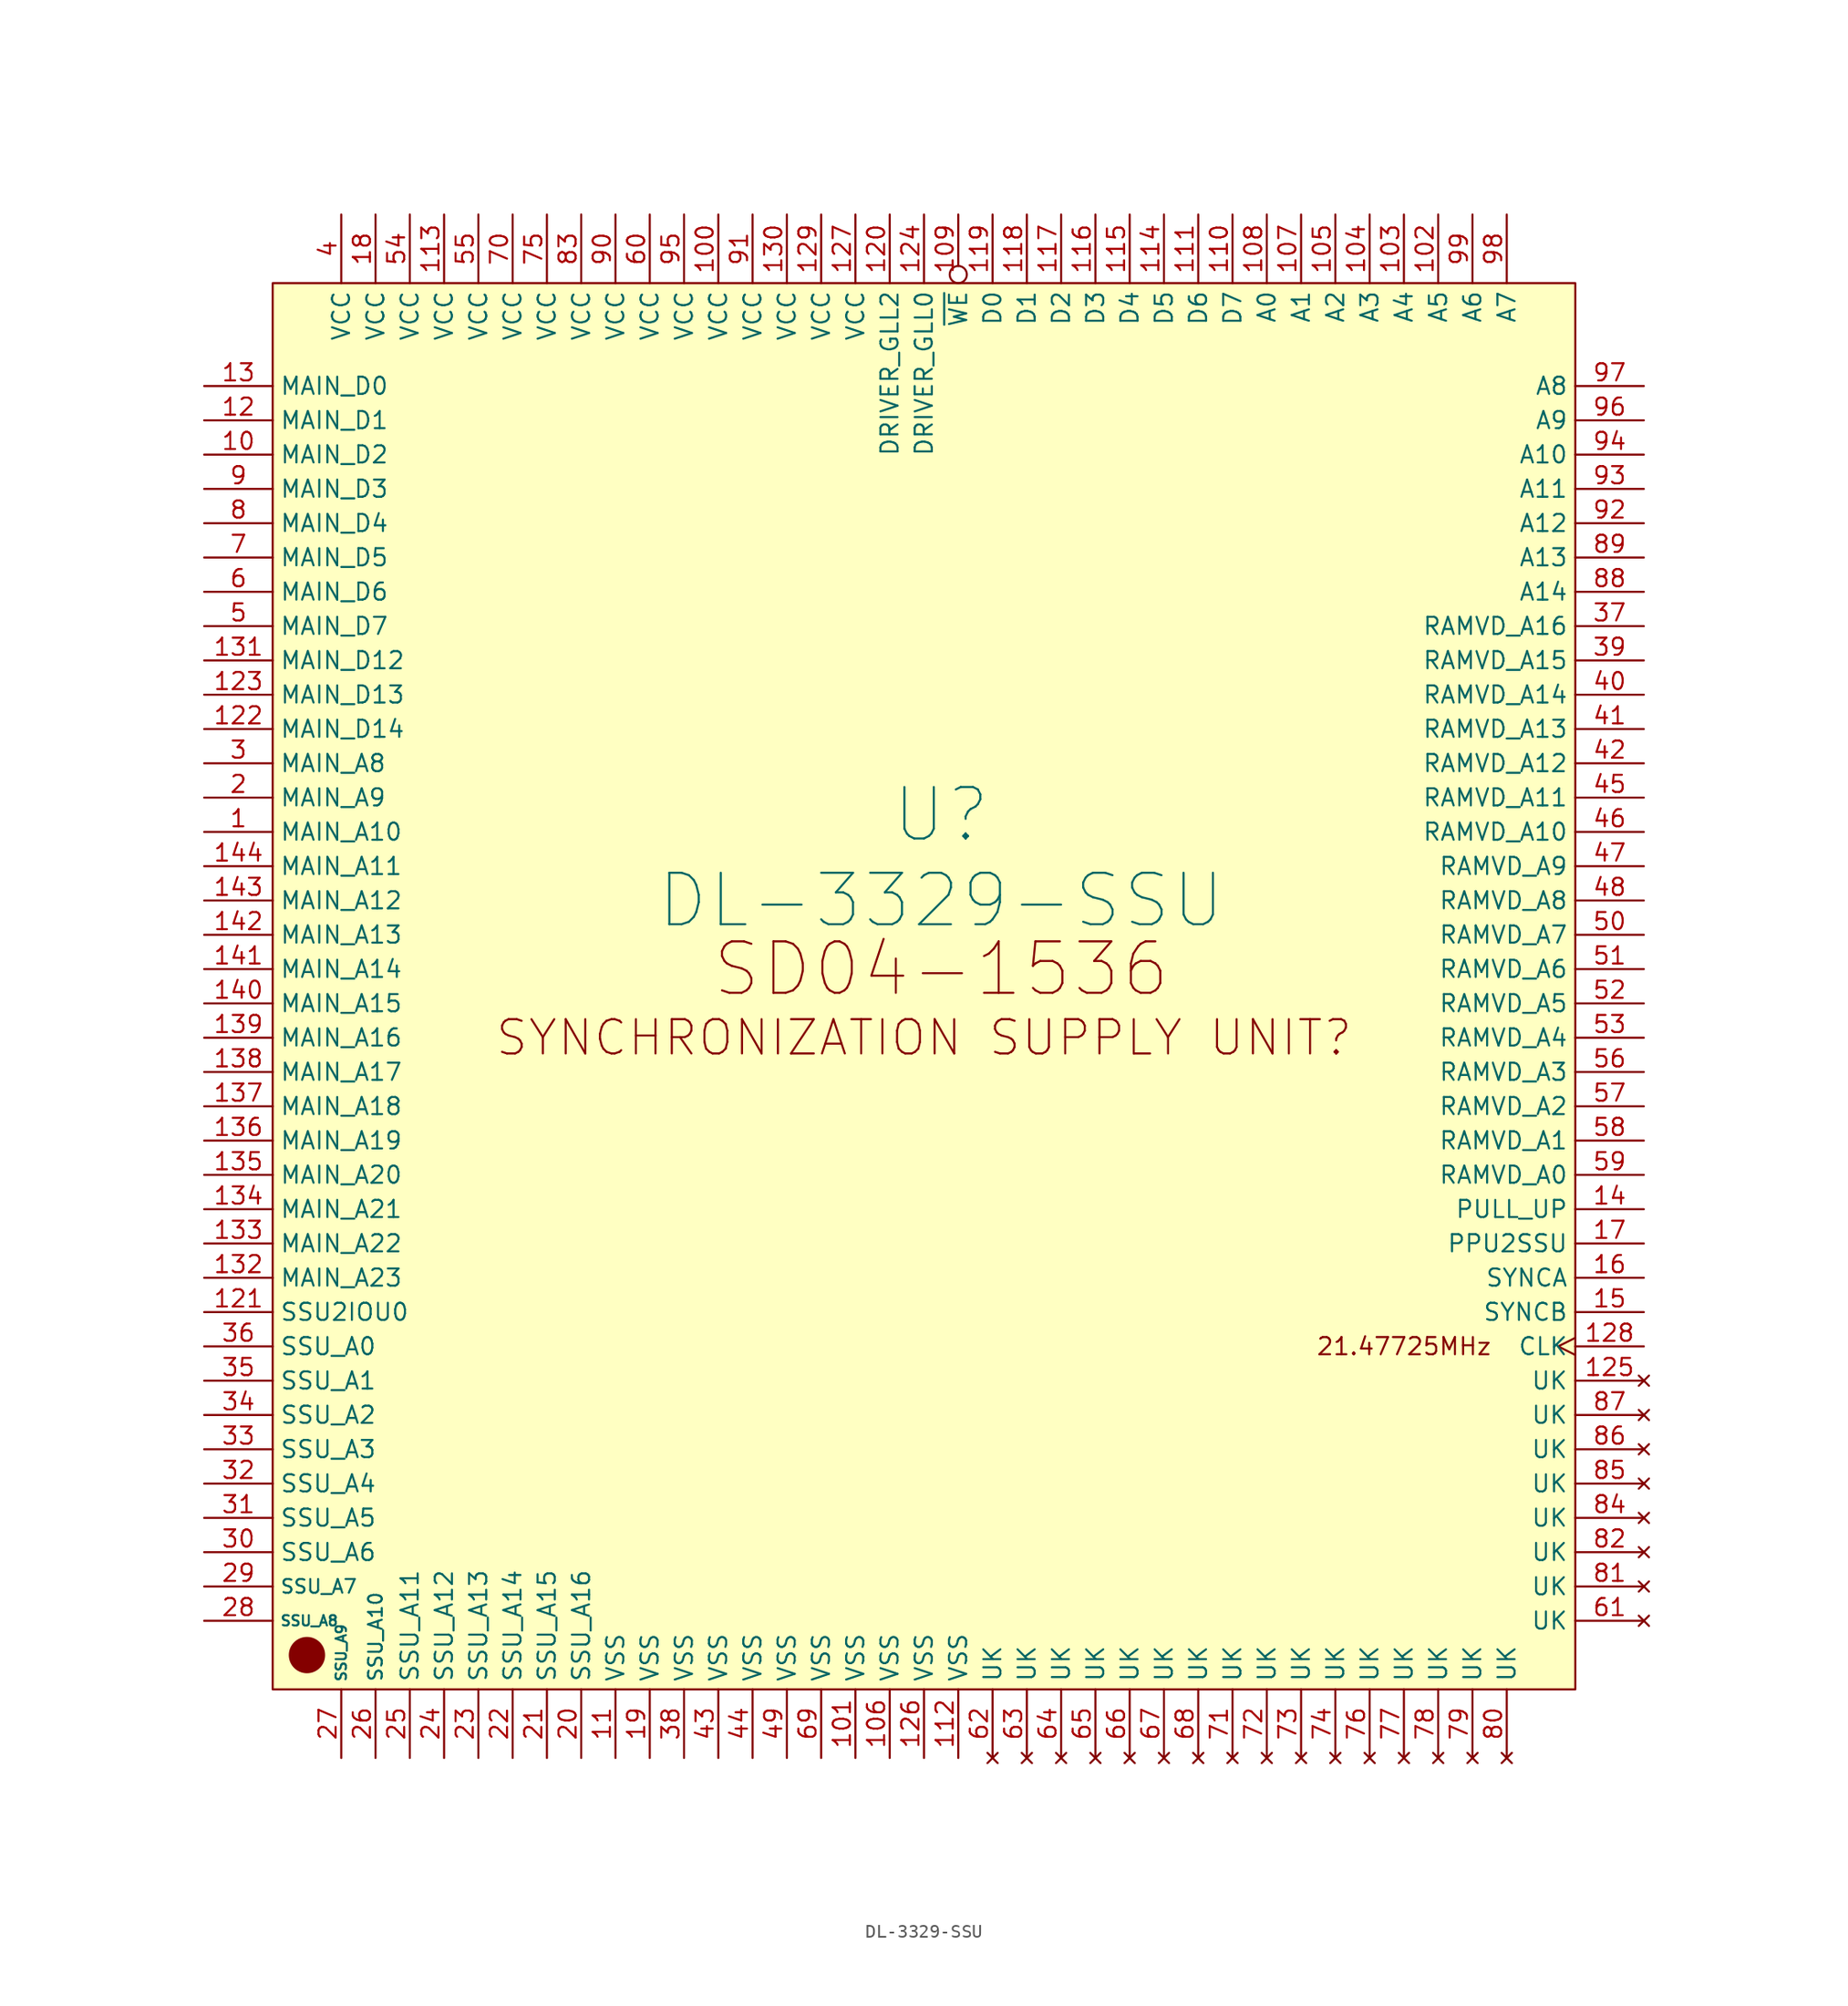
<source format=kicad_sym>
(kicad_symbol_lib
  (version 20211014)
  (generator kicad_symbol_editor)
  (symbol "DL-3329-SSU"
    (property "Reference" "U"
      (at -3.81 15.24 0)
      (effects (font (size 3.81 3.81))))
    (property "Value" "DL-3329-SSU"
      (at -3.81 8.89 0)
      (effects (font (size 3.81 3.81))))
    (symbol "DL-3329-SSU_0_0"
      (text "21.47725MHz" (at 30.48 -24.13 0) (effects (font (size 1.27 1.27))))
      (text "SD04-1536" (at -3.81 3.81 0) (effects (font (size 3.81 3.81))))
      (text "SYNCHRONIZATION SUPPLY UNIT?" (at -5.08 -1.27 0) (effects (font (size 2.54 2.54)))))
    (symbol "DL-3329-SSU_0_1"
      (rectangle (start -53.34 54.61) (end 43.18 -49.53) (stroke (width 0) (type default) (color 0 0 0 0)) (fill (type background)))
      (circle (center -50.8 -46.99) (radius 1.27) (stroke (width 0.152) (type default) (color 0 0 0 0)) (fill (type outline))))
    (symbol "DL-3329-SSU_1_1"
      (pin bidirectional line (at -58.42 13.97 0) (length 5.08) (name "MAIN_A10" (effects (font (size 1.27 1.27)))) (number "1" (effects (font (size 1.27 1.27)))))
      (pin bidirectional line (at -58.42 41.91 0) (length 5.08) (name "MAIN_D2" (effects (font (size 1.27 1.27)))) (number "10" (effects (font (size 1.27 1.27)))))
      (pin power_in line (at -20.32 59.69 270) (length 5.08) (name "VCC" (effects (font (size 1.27 1.27)))) (number "100" (effects (font (size 1.27 1.27)))))
      (pin power_in line (at -10.16 -54.61 90) (length 5.08) (name "VSS" (effects (font (size 1.27 1.27)))) (number "101" (effects (font (size 1.27 1.27)))))
      (pin output line (at 33.02 59.69 270) (length 5.08) (name "A5" (effects (font (size 1.27 1.27)))) (number "102" (effects (font (size 1.27 1.27)))))
      (pin output line (at 30.48 59.69 270) (length 5.08) (name "A4" (effects (font (size 1.27 1.27)))) (number "103" (effects (font (size 1.27 1.27)))))
      (pin output line (at 27.94 59.69 270) (length 5.08) (name "A3" (effects (font (size 1.27 1.27)))) (number "104" (effects (font (size 1.27 1.27)))))
      (pin output line (at 25.4 59.69 270) (length 5.08) (name "A2" (effects (font (size 1.27 1.27)))) (number "105" (effects (font (size 1.27 1.27)))))
      (pin power_in line (at -7.62 -54.61 90) (length 5.08) (name "VSS" (effects (font (size 1.27 1.27)))) (number "106" (effects (font (size 1.27 1.27)))))
      (pin output line (at 22.86 59.69 270) (length 5.08) (name "A1" (effects (font (size 1.27 1.27)))) (number "107" (effects (font (size 1.27 1.27)))))
      (pin output line (at 20.32 59.69 270) (length 5.08) (name "A0" (effects (font (size 1.27 1.27)))) (number "108" (effects (font (size 1.27 1.27)))))
      (pin output inverted (at -2.54 59.69 270) (length 5.08) (name "~{WE}" (effects (font (size 1.27 1.27)))) (number "109" (effects (font (size 1.27 1.27)))))
      (pin power_in line (at -27.94 -54.61 90) (length 5.08) (name "VSS" (effects (font (size 1.27 1.27)))) (number "11" (effects (font (size 1.27 1.27)))))
      (pin input line (at 17.78 59.69 270) (length 5.08) (name "D7" (effects (font (size 1.27 1.27)))) (number "110" (effects (font (size 1.27 1.27)))))
      (pin input line (at 15.24 59.69 270) (length 5.08) (name "D6" (effects (font (size 1.27 1.27)))) (number "111" (effects (font (size 1.27 1.27)))))
      (pin power_in line (at -2.54 -54.61 90) (length 5.08) (name "VSS" (effects (font (size 1.27 1.27)))) (number "112" (effects (font (size 1.27 1.27)))))
      (pin power_in line (at -40.64 59.69 270) (length 5.08) (name "VCC" (effects (font (size 1.27 1.27)))) (number "113" (effects (font (size 1.27 1.27)))))
      (pin input line (at 12.7 59.69 270) (length 5.08) (name "D5" (effects (font (size 1.27 1.27)))) (number "114" (effects (font (size 1.27 1.27)))))
      (pin input line (at 10.16 59.69 270) (length 5.08) (name "D4" (effects (font (size 1.27 1.27)))) (number "115" (effects (font (size 1.27 1.27)))))
      (pin input line (at 7.62 59.69 270) (length 5.08) (name "D3" (effects (font (size 1.27 1.27)))) (number "116" (effects (font (size 1.27 1.27)))))
      (pin input line (at 5.08 59.69 270) (length 5.08) (name "D2" (effects (font (size 1.27 1.27)))) (number "117" (effects (font (size 1.27 1.27)))))
      (pin input line (at 2.54 59.69 270) (length 5.08) (name "D1" (effects (font (size 1.27 1.27)))) (number "118" (effects (font (size 1.27 1.27)))))
      (pin input line (at 0 59.69 270) (length 5.08) (name "D0" (effects (font (size 1.27 1.27)))) (number "119" (effects (font (size 1.27 1.27)))))
      (pin bidirectional line (at -58.42 44.45 0) (length 5.08) (name "MAIN_D1" (effects (font (size 1.27 1.27)))) (number "12" (effects (font (size 1.27 1.27)))))
      (pin bidirectional line (at -7.62 59.69 270) (length 5.08) (name "DRIVER_GLL2" (effects (font (size 1.27 1.27)))) (number "120" (effects (font (size 1.27 1.27)))))
      (pin tri_state line (at -58.42 -21.59 0) (length 5.08) (name "SSU2IOU0" (effects (font (size 1.27 1.27)))) (number "121" (effects (font (size 1.27 1.27)))))
      (pin bidirectional line (at -58.42 21.59 0) (length 5.08) (name "MAIN_D14" (effects (font (size 1.27 1.27)))) (number "122" (effects (font (size 1.27 1.27)))))
      (pin bidirectional line (at -58.42 24.13 0) (length 5.08) (name "MAIN_D13" (effects (font (size 1.27 1.27)))) (number "123" (effects (font (size 1.27 1.27)))))
      (pin bidirectional line (at -5.08 59.69 270) (length 5.08) (name "DRIVER_GLL0" (effects (font (size 1.27 1.27)))) (number "124" (effects (font (size 1.27 1.27)))))
      (pin no_connect line (at 48.26 -26.67 180) (length 5.08) (name "UK" (effects (font (size 1.27 1.27)))) (number "125" (effects (font (size 1.27 1.27)))))
      (pin power_in line (at -5.08 -54.61 90) (length 5.08) (name "VSS" (effects (font (size 1.27 1.27)))) (number "126" (effects (font (size 1.27 1.27)))))
      (pin power_in line (at -10.16 59.69 270) (length 5.08) (name "VCC" (effects (font (size 1.27 1.27)))) (number "127" (effects (font (size 1.27 1.27)))))
      (pin input clock (at 48.26 -24.13 180) (length 5.08) (name "CLK" (effects (font (size 1.27 1.27)))) (number "128" (effects (font (size 1.27 1.27)))))
      (pin power_in line (at -12.7 59.69 270) (length 5.08) (name "VCC" (effects (font (size 1.27 1.27)))) (number "129" (effects (font (size 1.27 1.27)))))
      (pin bidirectional line (at -58.42 46.99 0) (length 5.08) (name "MAIN_D0" (effects (font (size 1.27 1.27)))) (number "13" (effects (font (size 1.27 1.27)))))
      (pin power_in line (at -15.24 59.69 270) (length 5.08) (name "VCC" (effects (font (size 1.27 1.27)))) (number "130" (effects (font (size 1.27 1.27)))))
      (pin bidirectional line (at -58.42 26.67 0) (length 5.08) (name "MAIN_D12" (effects (font (size 1.27 1.27)))) (number "131" (effects (font (size 1.27 1.27)))))
      (pin bidirectional line (at -58.42 -19.05 0) (length 5.08) (name "MAIN_A23" (effects (font (size 1.27 1.27)))) (number "132" (effects (font (size 1.27 1.27)))))
      (pin bidirectional line (at -58.42 -16.51 0) (length 5.08) (name "MAIN_A22" (effects (font (size 1.27 1.27)))) (number "133" (effects (font (size 1.27 1.27)))))
      (pin bidirectional line (at -58.42 -13.97 0) (length 5.08) (name "MAIN_A21" (effects (font (size 1.27 1.27)))) (number "134" (effects (font (size 1.27 1.27)))))
      (pin bidirectional line (at -58.42 -11.43 0) (length 5.08) (name "MAIN_A20" (effects (font (size 1.27 1.27)))) (number "135" (effects (font (size 1.27 1.27)))))
      (pin bidirectional line (at -58.42 -8.89 0) (length 5.08) (name "MAIN_A19" (effects (font (size 1.27 1.27)))) (number "136" (effects (font (size 1.27 1.27)))))
      (pin bidirectional line (at -58.42 -6.35 0) (length 5.08) (name "MAIN_A18" (effects (font (size 1.27 1.27)))) (number "137" (effects (font (size 1.27 1.27)))))
      (pin bidirectional line (at -58.42 -3.81 0) (length 5.08) (name "MAIN_A17" (effects (font (size 1.27 1.27)))) (number "138" (effects (font (size 1.27 1.27)))))
      (pin bidirectional line (at -58.42 -1.27 0) (length 5.08) (name "MAIN_A16" (effects (font (size 1.27 1.27)))) (number "139" (effects (font (size 1.27 1.27)))))
      (pin bidirectional line (at 48.26 -13.97 180) (length 5.08) (name "PULL_UP" (effects (font (size 1.27 1.27)))) (number "14" (effects (font (size 1.27 1.27)))))
      (pin bidirectional line (at -58.42 1.27 0) (length 5.08) (name "MAIN_A15" (effects (font (size 1.27 1.27)))) (number "140" (effects (font (size 1.27 1.27)))))
      (pin bidirectional line (at -58.42 3.81 0) (length 5.08) (name "MAIN_A14" (effects (font (size 1.27 1.27)))) (number "141" (effects (font (size 1.27 1.27)))))
      (pin bidirectional line (at -58.42 6.35 0) (length 5.08) (name "MAIN_A13" (effects (font (size 1.27 1.27)))) (number "142" (effects (font (size 1.27 1.27)))))
      (pin bidirectional line (at -58.42 8.89 0) (length 5.08) (name "MAIN_A12" (effects (font (size 1.27 1.27)))) (number "143" (effects (font (size 1.27 1.27)))))
      (pin bidirectional line (at -58.42 11.43 0) (length 5.08) (name "MAIN_A11" (effects (font (size 1.27 1.27)))) (number "144" (effects (font (size 1.27 1.27)))))
      (pin input line (at 48.26 -21.59 180) (length 5.08) (name "SYNCB" (effects (font (size 1.27 1.27)))) (number "15" (effects (font (size 1.27 1.27)))))
      (pin input line (at 48.26 -19.05 180) (length 5.08) (name "SYNCA" (effects (font (size 1.27 1.27)))) (number "16" (effects (font (size 1.27 1.27)))))
      (pin bidirectional line (at 48.26 -16.51 180) (length 5.08) (name "PPU2SSU" (effects (font (size 1.27 1.27)))) (number "17" (effects (font (size 1.27 1.27)))))
      (pin power_in line (at -45.72 59.69 270) (length 5.08) (name "VCC" (effects (font (size 1.27 1.27)))) (number "18" (effects (font (size 1.27 1.27)))))
      (pin power_in line (at -25.4 -54.61 90) (length 5.08) (name "VSS" (effects (font (size 1.27 1.27)))) (number "19" (effects (font (size 1.27 1.27)))))
      (pin bidirectional line (at -58.42 16.51 0) (length 5.08) (name "MAIN_A9" (effects (font (size 1.27 1.27)))) (number "2" (effects (font (size 1.27 1.27)))))
      (pin bidirectional line (at -30.48 -54.61 90) (length 5.08) (name "SSU_A16" (effects (font (size 1.27 1.27)))) (number "20" (effects (font (size 1.27 1.27)))))
      (pin bidirectional line (at -33.02 -54.61 90) (length 5.08) (name "SSU_A15" (effects (font (size 1.27 1.27)))) (number "21" (effects (font (size 1.27 1.27)))))
      (pin bidirectional line (at -35.56 -54.61 90) (length 5.08) (name "SSU_A14" (effects (font (size 1.27 1.27)))) (number "22" (effects (font (size 1.27 1.27)))))
      (pin bidirectional line (at -38.1 -54.61 90) (length 5.08) (name "SSU_A13" (effects (font (size 1.27 1.27)))) (number "23" (effects (font (size 1.27 1.27)))))
      (pin bidirectional line (at -40.64 -54.61 90) (length 5.08) (name "SSU_A12" (effects (font (size 1.27 1.27)))) (number "24" (effects (font (size 1.27 1.27)))))
      (pin bidirectional line (at -43.18 -54.61 90) (length 5.08) (name "SSU_A11" (effects (font (size 1.27 1.27)))) (number "25" (effects (font (size 1.27 1.27)))))
      (pin bidirectional line (at -45.72 -54.61 90) (length 5.08) (name "SSU_A10" (effects (font (size 1.016 1.016)))) (number "26" (effects (font (size 1.27 1.27)))))
      (pin bidirectional line (at -48.26 -54.61 90) (length 5.08) (name "SSU_A9" (effects (font (size 0.762 0.762)))) (number "27" (effects (font (size 1.27 1.27)))))
      (pin bidirectional line (at -58.42 -44.45 0) (length 5.08) (name "SSU_A8" (effects (font (size 0.762 0.762)))) (number "28" (effects (font (size 1.27 1.27)))))
      (pin bidirectional line (at -58.42 -41.91 0) (length 5.08) (name "SSU_A7" (effects (font (size 1.016 1.016)))) (number "29" (effects (font (size 1.27 1.27)))))
      (pin bidirectional line (at -58.42 19.05 0) (length 5.08) (name "MAIN_A8" (effects (font (size 1.27 1.27)))) (number "3" (effects (font (size 1.27 1.27)))))
      (pin bidirectional line (at -58.42 -39.37 0) (length 5.08) (name "SSU_A6" (effects (font (size 1.27 1.27)))) (number "30" (effects (font (size 1.27 1.27)))))
      (pin bidirectional line (at -58.42 -36.83 0) (length 5.08) (name "SSU_A5" (effects (font (size 1.27 1.27)))) (number "31" (effects (font (size 1.27 1.27)))))
      (pin bidirectional line (at -58.42 -34.29 0) (length 5.08) (name "SSU_A4" (effects (font (size 1.27 1.27)))) (number "32" (effects (font (size 1.27 1.27)))))
      (pin bidirectional line (at -58.42 -31.75 0) (length 5.08) (name "SSU_A3" (effects (font (size 1.27 1.27)))) (number "33" (effects (font (size 1.27 1.27)))))
      (pin bidirectional line (at -58.42 -29.21 0) (length 5.08) (name "SSU_A2" (effects (font (size 1.27 1.27)))) (number "34" (effects (font (size 1.27 1.27)))))
      (pin bidirectional line (at -58.42 -26.67 0) (length 5.08) (name "SSU_A1" (effects (font (size 1.27 1.27)))) (number "35" (effects (font (size 1.27 1.27)))))
      (pin bidirectional line (at -58.42 -24.13 0) (length 5.08) (name "SSU_A0" (effects (font (size 1.27 1.27)))) (number "36" (effects (font (size 1.27 1.27)))))
      (pin output line (at 48.26 29.21 180) (length 5.08) (name "RAMVD_A16" (effects (font (size 1.27 1.27)))) (number "37" (effects (font (size 1.27 1.27)))))
      (pin power_in line (at -22.86 -54.61 90) (length 5.08) (name "VSS" (effects (font (size 1.27 1.27)))) (number "38" (effects (font (size 1.27 1.27)))))
      (pin output line (at 48.26 26.67 180) (length 5.08) (name "RAMVD_A15" (effects (font (size 1.27 1.27)))) (number "39" (effects (font (size 1.27 1.27)))))
      (pin power_in line (at -48.26 59.69 270) (length 5.08) (name "VCC" (effects (font (size 1.27 1.27)))) (number "4" (effects (font (size 1.27 1.27)))))
      (pin output line (at 48.26 24.13 180) (length 5.08) (name "RAMVD_A14" (effects (font (size 1.27 1.27)))) (number "40" (effects (font (size 1.27 1.27)))))
      (pin output line (at 48.26 21.59 180) (length 5.08) (name "RAMVD_A13" (effects (font (size 1.27 1.27)))) (number "41" (effects (font (size 1.27 1.27)))))
      (pin output line (at 48.26 19.05 180) (length 5.08) (name "RAMVD_A12" (effects (font (size 1.27 1.27)))) (number "42" (effects (font (size 1.27 1.27)))))
      (pin power_in line (at -20.32 -54.61 90) (length 5.08) (name "VSS" (effects (font (size 1.27 1.27)))) (number "43" (effects (font (size 1.27 1.27)))))
      (pin power_in line (at -17.78 -54.61 90) (length 5.08) (name "VSS" (effects (font (size 1.27 1.27)))) (number "44" (effects (font (size 1.27 1.27)))))
      (pin output line (at 48.26 16.51 180) (length 5.08) (name "RAMVD_A11" (effects (font (size 1.27 1.27)))) (number "45" (effects (font (size 1.27 1.27)))))
      (pin output line (at 48.26 13.97 180) (length 5.08) (name "RAMVD_A10" (effects (font (size 1.27 1.27)))) (number "46" (effects (font (size 1.27 1.27)))))
      (pin output line (at 48.26 11.43 180) (length 5.08) (name "RAMVD_A9" (effects (font (size 1.27 1.27)))) (number "47" (effects (font (size 1.27 1.27)))))
      (pin output line (at 48.26 8.89 180) (length 5.08) (name "RAMVD_A8" (effects (font (size 1.27 1.27)))) (number "48" (effects (font (size 1.27 1.27)))))
      (pin power_in line (at -15.24 -54.61 90) (length 5.08) (name "VSS" (effects (font (size 1.27 1.27)))) (number "49" (effects (font (size 1.27 1.27)))))
      (pin bidirectional line (at -58.42 29.21 0) (length 5.08) (name "MAIN_D7" (effects (font (size 1.27 1.27)))) (number "5" (effects (font (size 1.27 1.27)))))
      (pin output line (at 48.26 6.35 180) (length 5.08) (name "RAMVD_A7" (effects (font (size 1.27 1.27)))) (number "50" (effects (font (size 1.27 1.27)))))
      (pin output line (at 48.26 3.81 180) (length 5.08) (name "RAMVD_A6" (effects (font (size 1.27 1.27)))) (number "51" (effects (font (size 1.27 1.27)))))
      (pin output line (at 48.26 1.27 180) (length 5.08) (name "RAMVD_A5" (effects (font (size 1.27 1.27)))) (number "52" (effects (font (size 1.27 1.27)))))
      (pin output line (at 48.26 -1.27 180) (length 5.08) (name "RAMVD_A4" (effects (font (size 1.27 1.27)))) (number "53" (effects (font (size 1.27 1.27)))))
      (pin power_in line (at -43.18 59.69 270) (length 5.08) (name "VCC" (effects (font (size 1.27 1.27)))) (number "54" (effects (font (size 1.27 1.27)))))
      (pin power_in line (at -38.1 59.69 270) (length 5.08) (name "VCC" (effects (font (size 1.27 1.27)))) (number "55" (effects (font (size 1.27 1.27)))))
      (pin output line (at 48.26 -3.81 180) (length 5.08) (name "RAMVD_A3" (effects (font (size 1.27 1.27)))) (number "56" (effects (font (size 1.27 1.27)))))
      (pin output line (at 48.26 -6.35 180) (length 5.08) (name "RAMVD_A2" (effects (font (size 1.27 1.27)))) (number "57" (effects (font (size 1.27 1.27)))))
      (pin output line (at 48.26 -8.89 180) (length 5.08) (name "RAMVD_A1" (effects (font (size 1.27 1.27)))) (number "58" (effects (font (size 1.27 1.27)))))
      (pin output line (at 48.26 -11.43 180) (length 5.08) (name "RAMVD_A0" (effects (font (size 1.27 1.27)))) (number "59" (effects (font (size 1.27 1.27)))))
      (pin bidirectional line (at -58.42 31.75 0) (length 5.08) (name "MAIN_D6" (effects (font (size 1.27 1.27)))) (number "6" (effects (font (size 1.27 1.27)))))
      (pin power_in line (at -25.4 59.69 270) (length 5.08) (name "VCC" (effects (font (size 1.27 1.27)))) (number "60" (effects (font (size 1.27 1.27)))))
      (pin no_connect line (at 48.26 -44.45 180) (length 5.08) (name "UK" (effects (font (size 1.27 1.27)))) (number "61" (effects (font (size 1.27 1.27)))))
      (pin no_connect line (at 0 -54.61 90) (length 5.08) (name "UK" (effects (font (size 1.27 1.27)))) (number "62" (effects (font (size 1.27 1.27)))))
      (pin no_connect line (at 2.54 -54.61 90) (length 5.08) (name "UK" (effects (font (size 1.27 1.27)))) (number "63" (effects (font (size 1.27 1.27)))))
      (pin no_connect line (at 5.08 -54.61 90) (length 5.08) (name "UK" (effects (font (size 1.27 1.27)))) (number "64" (effects (font (size 1.27 1.27)))))
      (pin no_connect line (at 7.62 -54.61 90) (length 5.08) (name "UK" (effects (font (size 1.27 1.27)))) (number "65" (effects (font (size 1.27 1.27)))))
      (pin no_connect line (at 10.16 -54.61 90) (length 5.08) (name "UK" (effects (font (size 1.27 1.27)))) (number "66" (effects (font (size 1.27 1.27)))))
      (pin no_connect line (at 12.7 -54.61 90) (length 5.08) (name "UK" (effects (font (size 1.27 1.27)))) (number "67" (effects (font (size 1.27 1.27)))))
      (pin no_connect line (at 15.24 -54.61 90) (length 5.08) (name "UK" (effects (font (size 1.27 1.27)))) (number "68" (effects (font (size 1.27 1.27)))))
      (pin power_in line (at -12.7 -54.61 90) (length 5.08) (name "VSS" (effects (font (size 1.27 1.27)))) (number "69" (effects (font (size 1.27 1.27)))))
      (pin bidirectional line (at -58.42 34.29 0) (length 5.08) (name "MAIN_D5" (effects (font (size 1.27 1.27)))) (number "7" (effects (font (size 1.27 1.27)))))
      (pin power_in line (at -35.56 59.69 270) (length 5.08) (name "VCC" (effects (font (size 1.27 1.27)))) (number "70" (effects (font (size 1.27 1.27)))))
      (pin no_connect line (at 17.78 -54.61 90) (length 5.08) (name "UK" (effects (font (size 1.27 1.27)))) (number "71" (effects (font (size 1.27 1.27)))))
      (pin no_connect line (at 20.32 -54.61 90) (length 5.08) (name "UK" (effects (font (size 1.27 1.27)))) (number "72" (effects (font (size 1.27 1.27)))))
      (pin no_connect line (at 22.86 -54.61 90) (length 5.08) (name "UK" (effects (font (size 1.27 1.27)))) (number "73" (effects (font (size 1.27 1.27)))))
      (pin no_connect line (at 25.4 -54.61 90) (length 5.08) (name "UK" (effects (font (size 1.27 1.27)))) (number "74" (effects (font (size 1.27 1.27)))))
      (pin power_in line (at -33.02 59.69 270) (length 5.08) (name "VCC" (effects (font (size 1.27 1.27)))) (number "75" (effects (font (size 1.27 1.27)))))
      (pin no_connect line (at 27.94 -54.61 90) (length 5.08) (name "UK" (effects (font (size 1.27 1.27)))) (number "76" (effects (font (size 1.27 1.27)))))
      (pin no_connect line (at 30.48 -54.61 90) (length 5.08) (name "UK" (effects (font (size 1.27 1.27)))) (number "77" (effects (font (size 1.27 1.27)))))
      (pin no_connect line (at 33.02 -54.61 90) (length 5.08) (name "UK" (effects (font (size 1.27 1.27)))) (number "78" (effects (font (size 1.27 1.27)))))
      (pin no_connect line (at 35.56 -54.61 90) (length 5.08) (name "UK" (effects (font (size 1.27 1.27)))) (number "79" (effects (font (size 1.27 1.27)))))
      (pin bidirectional line (at -58.42 36.83 0) (length 5.08) (name "MAIN_D4" (effects (font (size 1.27 1.27)))) (number "8" (effects (font (size 1.27 1.27)))))
      (pin no_connect line (at 38.1 -54.61 90) (length 5.08) (name "UK" (effects (font (size 1.27 1.27)))) (number "80" (effects (font (size 1.27 1.27)))))
      (pin no_connect line (at 48.26 -41.91 180) (length 5.08) (name "UK" (effects (font (size 1.27 1.27)))) (number "81" (effects (font (size 1.27 1.27)))))
      (pin no_connect line (at 48.26 -39.37 180) (length 5.08) (name "UK" (effects (font (size 1.27 1.27)))) (number "82" (effects (font (size 1.27 1.27)))))
      (pin power_in line (at -30.48 59.69 270) (length 5.08) (name "VCC" (effects (font (size 1.27 1.27)))) (number "83" (effects (font (size 1.27 1.27)))))
      (pin no_connect line (at 48.26 -36.83 180) (length 5.08) (name "UK" (effects (font (size 1.27 1.27)))) (number "84" (effects (font (size 1.27 1.27)))))
      (pin no_connect line (at 48.26 -34.29 180) (length 5.08) (name "UK" (effects (font (size 1.27 1.27)))) (number "85" (effects (font (size 1.27 1.27)))))
      (pin no_connect line (at 48.26 -31.75 180) (length 5.08) (name "UK" (effects (font (size 1.27 1.27)))) (number "86" (effects (font (size 1.27 1.27)))))
      (pin no_connect line (at 48.26 -29.21 180) (length 5.08) (name "UK" (effects (font (size 1.27 1.27)))) (number "87" (effects (font (size 1.27 1.27)))))
      (pin output line (at 48.26 31.75 180) (length 5.08) (name "A14" (effects (font (size 1.27 1.27)))) (number "88" (effects (font (size 1.27 1.27)))))
      (pin output line (at 48.26 34.29 180) (length 5.08) (name "A13" (effects (font (size 1.27 1.27)))) (number "89" (effects (font (size 1.27 1.27)))))
      (pin bidirectional line (at -58.42 39.37 0) (length 5.08) (name "MAIN_D3" (effects (font (size 1.27 1.27)))) (number "9" (effects (font (size 1.27 1.27)))))
      (pin power_in line (at -27.94 59.69 270) (length 5.08) (name "VCC" (effects (font (size 1.27 1.27)))) (number "90" (effects (font (size 1.27 1.27)))))
      (pin power_in line (at -17.78 59.69 270) (length 5.08) (name "VCC" (effects (font (size 1.27 1.27)))) (number "91" (effects (font (size 1.27 1.27)))))
      (pin output line (at 48.26 36.83 180) (length 5.08) (name "A12" (effects (font (size 1.27 1.27)))) (number "92" (effects (font (size 1.27 1.27)))))
      (pin output line (at 48.26 39.37 180) (length 5.08) (name "A11" (effects (font (size 1.27 1.27)))) (number "93" (effects (font (size 1.27 1.27)))))
      (pin output line (at 48.26 41.91 180) (length 5.08) (name "A10" (effects (font (size 1.27 1.27)))) (number "94" (effects (font (size 1.27 1.27)))))
      (pin power_in line (at -22.86 59.69 270) (length 5.08) (name "VCC" (effects (font (size 1.27 1.27)))) (number "95" (effects (font (size 1.27 1.27)))))
      (pin output line (at 48.26 44.45 180) (length 5.08) (name "A9" (effects (font (size 1.27 1.27)))) (number "96" (effects (font (size 1.27 1.27)))))
      (pin output line (at 48.26 46.99 180) (length 5.08) (name "A8" (effects (font (size 1.27 1.27)))) (number "97" (effects (font (size 1.27 1.27)))))
      (pin output line (at 38.1 59.69 270) (length 5.08) (name "A7" (effects (font (size 1.27 1.27)))) (number "98" (effects (font (size 1.27 1.27)))))
      (pin output line (at 35.56 59.69 270) (length 5.08) (name "A6" (effects (font (size 1.27 1.27)))) (number "99" (effects (font (size 1.27 1.27))))))))
</source>
